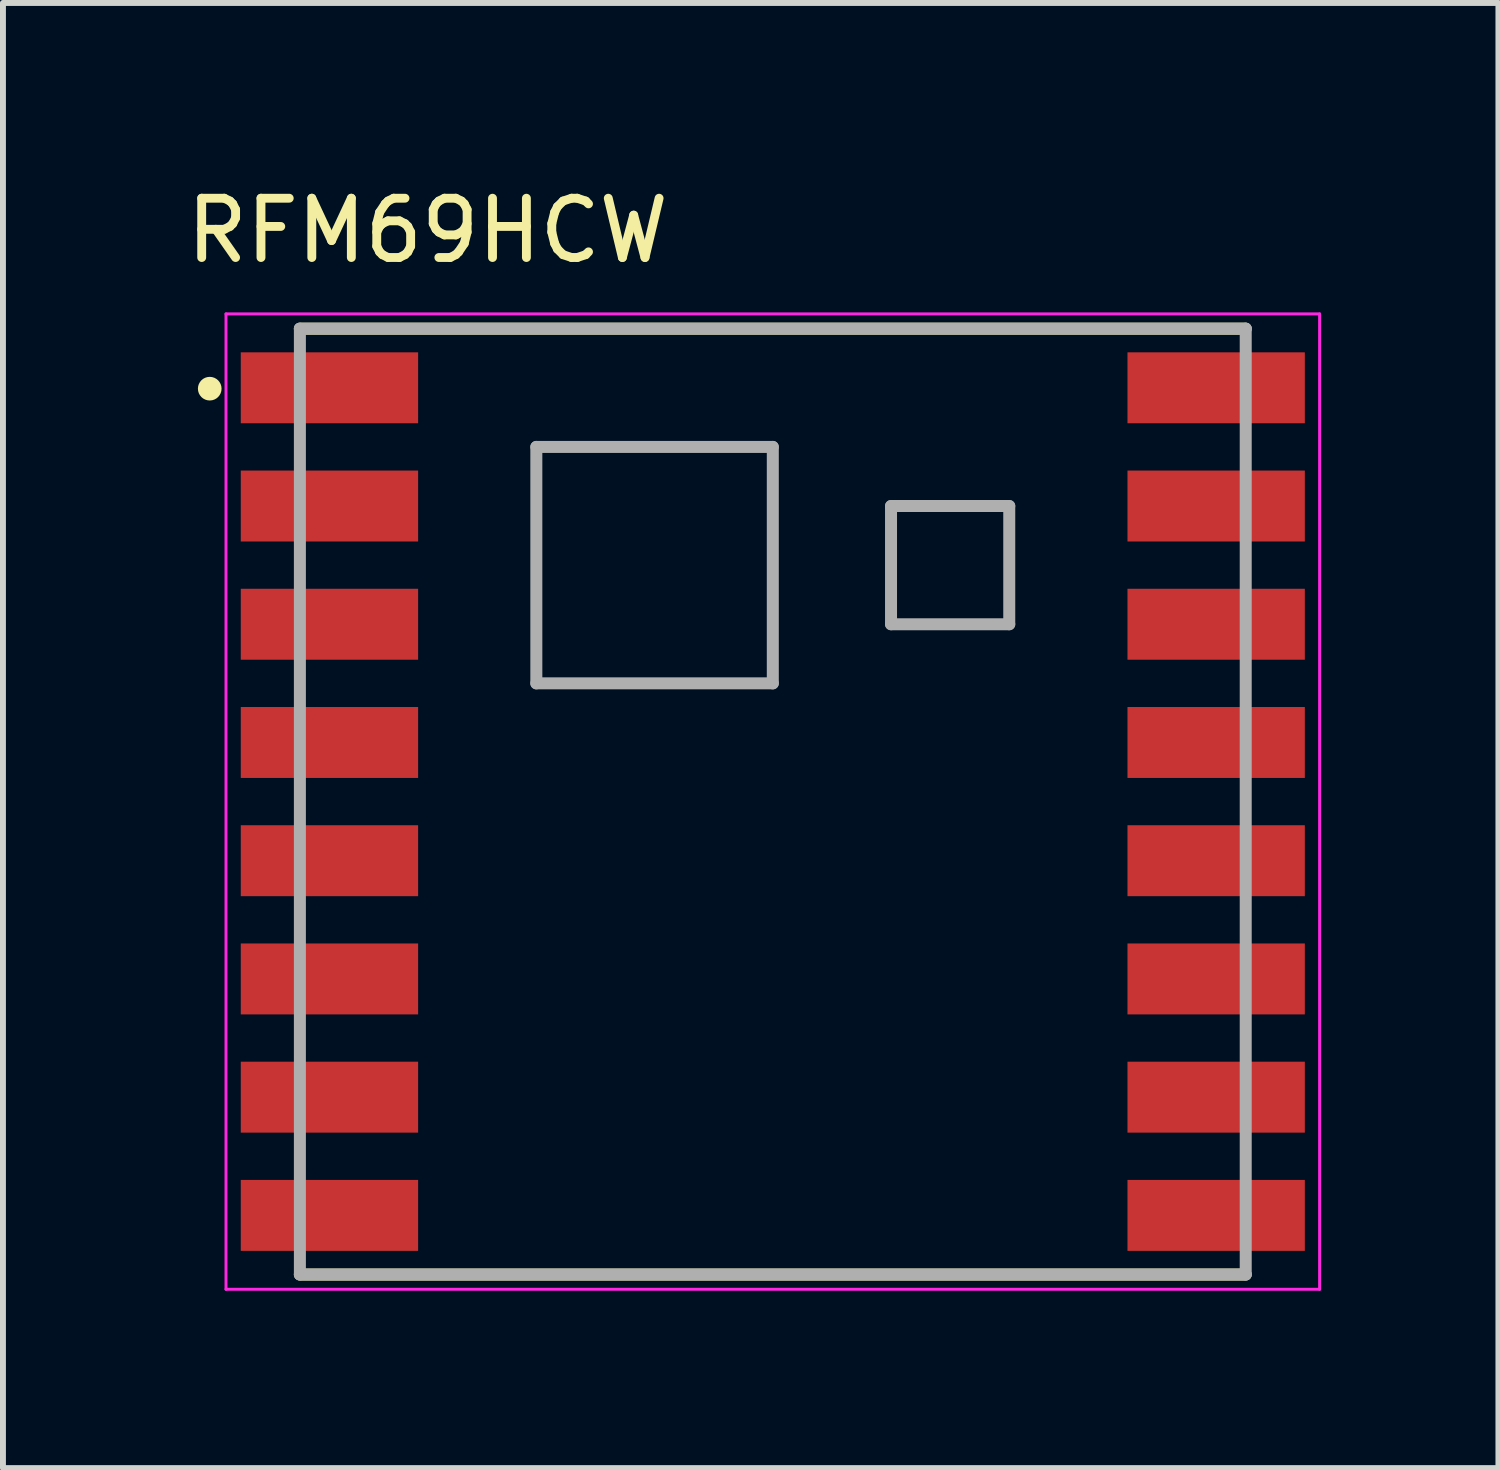
<source format=kicad_pcb>
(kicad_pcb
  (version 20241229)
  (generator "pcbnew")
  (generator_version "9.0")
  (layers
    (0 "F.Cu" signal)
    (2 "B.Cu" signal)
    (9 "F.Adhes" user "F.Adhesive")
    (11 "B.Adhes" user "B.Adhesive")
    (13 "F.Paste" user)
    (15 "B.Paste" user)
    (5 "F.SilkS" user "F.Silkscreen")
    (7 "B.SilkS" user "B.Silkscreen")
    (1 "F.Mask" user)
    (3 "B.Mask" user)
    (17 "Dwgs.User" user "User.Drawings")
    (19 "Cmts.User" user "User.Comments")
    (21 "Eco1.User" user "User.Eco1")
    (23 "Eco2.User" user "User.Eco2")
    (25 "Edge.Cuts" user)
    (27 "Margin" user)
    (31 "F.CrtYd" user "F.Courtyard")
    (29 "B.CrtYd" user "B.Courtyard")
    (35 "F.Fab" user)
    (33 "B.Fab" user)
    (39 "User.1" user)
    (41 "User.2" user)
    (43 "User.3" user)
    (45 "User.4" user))
  (footprint "RFM69HCW"
    (layer "F.Cu")
    (at 10.023 10.51)
    (property "Reference" "RFM69HCW" (at -5.84 -9.66 0) (layer "F.SilkS") (effects (font (size 1.003 1.003) (thickness 0.15))))
    (attr smd)
    (fp_line (start -8 -8) (end 8 -8) (stroke (width 0.203) (type solid)) (layer "F.SilkS"))
    (fp_line (start 8 8) (end -8 8) (stroke (width 0.203) (type solid)) (layer "F.SilkS"))
    (fp_circle (center -9.525 -6.985) (end -9.425 -6.985) (stroke (width 0.2) (type solid)) (fill no) (layer "F.SilkS"))
    (fp_line (start -9.25 -8.25) (end -9.25 8.25) (stroke (width 0.05) (type solid)) (layer "F.CrtYd"))
    (fp_line (start -9.25 8.25) (end 9.25 8.25) (stroke (width 0.05) (type solid)) (layer "F.CrtYd"))
    (fp_line (start 9.25 -8.25) (end -9.25 -8.25) (stroke (width 0.05) (type solid)) (layer "F.CrtYd"))
    (fp_line (start 9.25 8.25) (end 9.25 -8.25) (stroke (width 0.05) (type solid)) (layer "F.CrtYd"))
    (fp_line (start -8 -8) (end 8 -8) (stroke (width 0.203) (type solid)) (layer "F.Fab"))
    (fp_line (start -8 8) (end -8 -8) (stroke (width 0.203) (type solid)) (layer "F.Fab"))
    (fp_line (start -4 -6) (end -4 -2) (stroke (width 0.203) (type solid)) (layer "F.Fab"))
    (fp_line (start -4 -2) (end 0 -2) (stroke (width 0.203) (type solid)) (layer "F.Fab"))
    (fp_line (start 0 -6) (end -4 -6) (stroke (width 0.203) (type solid)) (layer "F.Fab"))
    (fp_line (start 0 -2) (end 0 -6) (stroke (width 0.203) (type solid)) (layer "F.Fab"))
    (fp_line (start 2 -3) (end 2 -5) (stroke (width 0.203) (type solid)) (layer "F.Fab"))
    (fp_line (start 4 -5) (end 2 -5) (stroke (width 0.203) (type solid)) (layer "F.Fab"))
    (fp_line (start 4 -3) (end 2 -3) (stroke (width 0.203) (type solid)) (layer "F.Fab"))
    (fp_line (start 4 -3) (end 4 -5) (stroke (width 0.203) (type solid)) (layer "F.Fab"))
    (fp_line (start 8 -8) (end 8 8) (stroke (width 0.203) (type solid)) (layer "F.Fab"))
    (fp_line (start 8 8) (end -8 8) (stroke (width 0.203) (type solid)) (layer "F.Fab"))
    (pad "1" smd rect (at -7.5 -7) (size 3 1.2) (layers "F.Cu" "F.Mask" "F.Paste"))
    (pad "2" smd rect (at -7.5 -5) (size 3 1.2) (layers "F.Cu" "F.Mask" "F.Paste"))
    (pad "3" smd rect (at -7.5 -3) (size 3 1.2) (layers "F.Cu" "F.Mask" "F.Paste"))
    (pad "4" smd rect (at -7.5 -1) (size 3 1.2) (layers "F.Cu" "F.Mask" "F.Paste"))
    (pad "5" smd rect (at -7.5 1) (size 3 1.2) (layers "F.Cu" "F.Mask" "F.Paste"))
    (pad "6" smd rect (at -7.5 3) (size 3 1.2) (layers "F.Cu" "F.Mask" "F.Paste"))
    (pad "7" smd rect (at -7.5 5) (size 3 1.2) (layers "F.Cu" "F.Mask" "F.Paste"))
    (pad "8" smd rect (at -7.5 7) (size 3 1.2) (layers "F.Cu" "F.Mask" "F.Paste"))
    (pad "9" smd rect (at 7.5 7) (size 3 1.2) (layers "F.Cu" "F.Mask" "F.Paste"))
    (pad "10" smd rect (at 7.5 5) (size 3 1.2) (layers "F.Cu" "F.Mask" "F.Paste"))
    (pad "11" smd rect (at 7.5 3) (size 3 1.2) (layers "F.Cu" "F.Mask" "F.Paste"))
    (pad "12" smd rect (at 7.5 1) (size 3 1.2) (layers "F.Cu" "F.Mask" "F.Paste"))
    (pad "13" smd rect (at 7.5 -1) (size 3 1.2) (layers "F.Cu" "F.Mask" "F.Paste"))
    (pad "14" smd rect (at 7.5 -3) (size 3 1.2) (layers "F.Cu" "F.Mask" "F.Paste"))
    (pad "15" smd rect (at 7.5 -5) (size 3 1.2) (layers "F.Cu" "F.Mask" "F.Paste"))
    (pad "16" smd rect (at 7.5 -7) (size 3 1.2) (layers "F.Cu" "F.Mask" "F.Paste")))
  (gr_rect
    (start -3 -3)
    (end 22.298 21.785)
    (stroke (width 0.1) (type default))
    (fill no)
    (layer "Edge.Cuts")))
</source>
